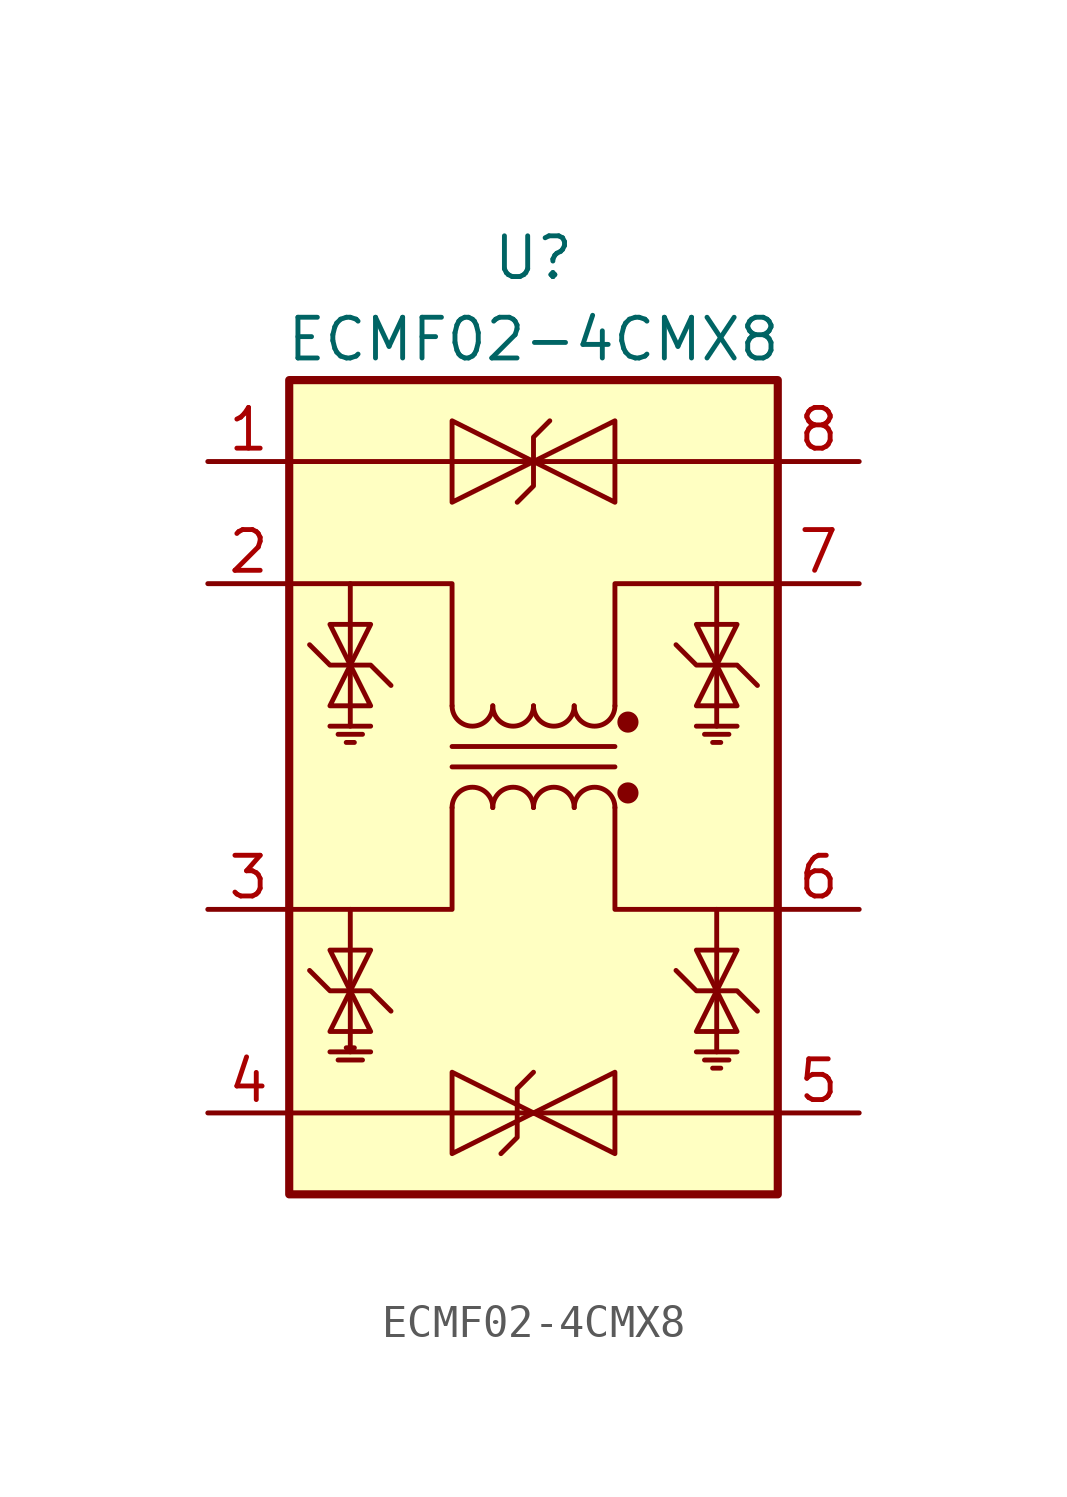
<source format=kicad_sym>
(kicad_symbol_lib
  (version 20211014)
  (generator kicad_symbol_editor)
  (symbol "ECMF02-4CMX8"
    (pin_names
      (offset 0.025) hide)
    (property "Reference" "U"
      (at 0 16.51 0)
      (effects (font (size 1.27 1.27))))
    (property "Value" "ECMF02-4CMX8"
      (at 0 13.97 0)
      (effects (font (size 1.27 1.27))))
    (symbol "ECMF02-4CMX8_0_1"
      (rectangle (start -7.62 12.7) (end 7.62 -12.7) (stroke (width 0.254) (type default) (color 0 0 0 0)) (fill (type background)))
      (arc (start -1.27 -0.635) (mid -1.905 0) (end -2.54 -0.635) (stroke (width 0) (type default) (color 0 0 0 0)) (fill (type none)))
      (arc (start 0 -0.635) (mid -0.635 0) (end -1.27 -0.635) (stroke (width 0) (type default) (color 0 0 0 0)) (fill (type none)))
      (polyline (pts (xy -6.35 -8.255) (xy -5.08 -8.255)) (stroke (width 0) (type default) (color 0 0 0 0)) (fill (type none)))
      (polyline (pts (xy -6.35 1.905) (xy -5.08 1.905)) (stroke (width 0) (type default) (color 0 0 0 0)) (fill (type none)))
      (polyline (pts (xy -6.096 -8.509) (xy -5.334 -8.509)) (stroke (width 0) (type default) (color 0 0 0 0)) (fill (type none)))
      (polyline (pts (xy -6.096 1.651) (xy -5.334 1.651)) (stroke (width 0) (type default) (color 0 0 0 0)) (fill (type none)))
      (polyline (pts (xy -5.842 -8.128) (xy -5.588 -8.128)) (stroke (width 0) (type default) (color 0 0 0 0)) (fill (type none)))
      (polyline (pts (xy -5.842 1.397) (xy -5.588 1.397)) (stroke (width 0) (type default) (color 0 0 0 0)) (fill (type none)))
      (polyline (pts (xy -2.54 0.635) (xy 2.54 0.635)) (stroke (width 0) (type default) (color 0 0 0 0)) (fill (type none)))
      (polyline (pts (xy 2.54 1.27) (xy -2.54 1.27)) (stroke (width 0) (type default) (color 0 0 0 0)) (fill (type none)))
      (polyline (pts (xy 5.08 -8.255) (xy 6.35 -8.255)) (stroke (width 0) (type default) (color 0 0 0 0)) (fill (type none)))
      (polyline (pts (xy 5.08 1.905) (xy 6.35 1.905)) (stroke (width 0) (type default) (color 0 0 0 0)) (fill (type none)))
      (polyline (pts (xy 5.334 -8.509) (xy 6.096 -8.509)) (stroke (width 0) (type default) (color 0 0 0 0)) (fill (type none)))
      (polyline (pts (xy 5.334 1.651) (xy 6.096 1.651)) (stroke (width 0) (type default) (color 0 0 0 0)) (fill (type none)))
      (polyline (pts (xy 5.588 -8.763) (xy 5.842 -8.763)) (stroke (width 0) (type default) (color 0 0 0 0)) (fill (type none)))
      (polyline (pts (xy 5.588 1.397) (xy 5.842 1.397)) (stroke (width 0) (type default) (color 0 0 0 0)) (fill (type none)))
      (polyline (pts (xy -2.54 -0.635) (xy -2.54 -3.81) (xy -7.62 -3.81)) (stroke (width 0) (type default) (color 0 0 0 0)) (fill (type none)))
      (polyline (pts (xy -2.54 2.54) (xy -2.54 6.35) (xy -7.62 6.35)) (stroke (width 0) (type default) (color 0 0 0 0)) (fill (type none)))
      (polyline (pts (xy 2.54 -0.635) (xy 2.54 -3.81) (xy 7.62 -3.81)) (stroke (width 0) (type default) (color 0 0 0 0)) (fill (type none)))
      (polyline (pts (xy 2.54 2.54) (xy 2.54 6.35) (xy 7.62 6.35)) (stroke (width 0) (type default) (color 0 0 0 0)) (fill (type none)))
      (arc (start 1.27 -0.635) (mid 0.635 0) (end 0 -0.635) (stroke (width 0) (type default) (color 0 0 0 0)) (fill (type none)))
      (arc (start 2.54 -0.635) (mid 1.905 0) (end 1.27 -0.635) (stroke (width 0) (type default) (color 0 0 0 0)) (fill (type none))))
    (symbol "ECMF02-4CMX8_1_1"
      (arc (start -2.54 2.54) (mid -1.905 1.905) (end -1.27 2.54) (stroke (width 0) (type default) (color 0 0 0 0)) (fill (type none)))
      (arc (start -1.27 2.54) (mid -0.635 1.905) (end 0 2.54) (stroke (width 0) (type default) (color 0 0 0 0)) (fill (type none)))
      (polyline (pts (xy -5.715 -6.35) (xy -5.715 -8.255)) (stroke (width 0) (type default) (color 0 0 0 0)) (fill (type none)))
      (polyline (pts (xy -5.715 -6.35) (xy -5.715 -3.81)) (stroke (width 0) (type default) (color 0 0 0 0)) (fill (type none)))
      (polyline (pts (xy -5.715 3.81) (xy -5.715 1.905)) (stroke (width 0) (type default) (color 0 0 0 0)) (fill (type none)))
      (polyline (pts (xy -5.715 3.81) (xy -5.715 6.35)) (stroke (width 0) (type default) (color 0 0 0 0)) (fill (type none)))
      (polyline (pts (xy 0 -10.16) (xy -7.62 -10.16)) (stroke (width 0) (type default) (color 0 0 0 0)) (fill (type none)))
      (polyline (pts (xy 0 -10.16) (xy 7.62 -10.16)) (stroke (width 0) (type default) (color 0 0 0 0)) (fill (type none)))
      (polyline (pts (xy 0 10.16) (xy -7.62 10.16)) (stroke (width 0) (type default) (color 0 0 0 0)) (fill (type none)))
      (polyline (pts (xy 0 10.16) (xy 7.62 10.16)) (stroke (width 0) (type default) (color 0 0 0 0)) (fill (type none)))
      (polyline (pts (xy 5.715 -6.35) (xy 5.715 -8.255)) (stroke (width 0) (type default) (color 0 0 0 0)) (fill (type none)))
      (polyline (pts (xy 5.715 -6.35) (xy 5.715 -3.81)) (stroke (width 0) (type default) (color 0 0 0 0)) (fill (type none)))
      (polyline (pts (xy 5.715 3.81) (xy 5.715 1.905)) (stroke (width 0) (type default) (color 0 0 0 0)) (fill (type none)))
      (polyline (pts (xy 5.715 3.81) (xy 5.715 6.35)) (stroke (width 0) (type default) (color 0 0 0 0)) (fill (type none)))
      (polyline (pts (xy -6.35 -7.62) (xy -5.08 -7.62) (xy -5.715 -6.35) (xy -6.35 -7.62)) (stroke (width 0) (type default) (color 0 0 0 0)) (fill (type none)))
      (polyline (pts (xy -6.35 2.54) (xy -5.08 2.54) (xy -5.715 3.81) (xy -6.35 2.54)) (stroke (width 0) (type default) (color 0 0 0 0)) (fill (type none)))
      (polyline (pts (xy -5.08 -5.08) (xy -6.35 -5.08) (xy -5.715 -6.35) (xy -5.08 -5.08)) (stroke (width 0) (type default) (color 0 0 0 0)) (fill (type none)))
      (polyline (pts (xy -5.08 5.08) (xy -6.35 5.08) (xy -5.715 3.81) (xy -5.08 5.08)) (stroke (width 0) (type default) (color 0 0 0 0)) (fill (type none)))
      (polyline (pts (xy -4.445 -6.985) (xy -5.08 -6.35) (xy -6.35 -6.35) (xy -6.985 -5.715)) (stroke (width 0) (type default) (color 0 0 0 0)) (fill (type none)))
      (polyline (pts (xy -4.445 3.175) (xy -5.08 3.81) (xy -6.35 3.81) (xy -6.985 4.445)) (stroke (width 0) (type default) (color 0 0 0 0)) (fill (type none)))
      (polyline (pts (xy -2.54 -8.89) (xy -2.54 -11.43) (xy 0 -10.16) (xy -2.54 -8.89)) (stroke (width 0) (type default) (color 0 0 0 0)) (fill (type none)))
      (polyline (pts (xy -2.54 11.43) (xy -2.54 8.89) (xy 0 10.16) (xy -2.54 11.43)) (stroke (width 0) (type default) (color 0 0 0 0)) (fill (type none)))
      (polyline (pts (xy 0 -8.89) (xy -0.508 -9.398) (xy -0.508 -10.922) (xy -1.016 -11.43)) (stroke (width 0) (type default) (color 0 0 0 0)) (fill (type none)))
      (polyline (pts (xy 0.508 11.43) (xy 0 10.922) (xy 0 9.398) (xy -0.508 8.89)) (stroke (width 0) (type default) (color 0 0 0 0)) (fill (type none)))
      (polyline (pts (xy 2.54 -11.43) (xy 2.54 -8.89) (xy 0 -10.16) (xy 2.54 -11.43)) (stroke (width 0) (type default) (color 0 0 0 0)) (fill (type none)))
      (polyline (pts (xy 2.54 8.89) (xy 2.54 11.43) (xy 0 10.16) (xy 2.54 8.89)) (stroke (width 0) (type default) (color 0 0 0 0)) (fill (type none)))
      (polyline (pts (xy 5.08 -7.62) (xy 6.35 -7.62) (xy 5.715 -6.35) (xy 5.08 -7.62)) (stroke (width 0) (type default) (color 0 0 0 0)) (fill (type none)))
      (polyline (pts (xy 5.08 2.54) (xy 6.35 2.54) (xy 5.715 3.81) (xy 5.08 2.54)) (stroke (width 0) (type default) (color 0 0 0 0)) (fill (type none)))
      (polyline (pts (xy 6.35 -5.08) (xy 5.08 -5.08) (xy 5.715 -6.35) (xy 6.35 -5.08)) (stroke (width 0) (type default) (color 0 0 0 0)) (fill (type none)))
      (polyline (pts (xy 6.35 5.08) (xy 5.08 5.08) (xy 5.715 3.81) (xy 6.35 5.08)) (stroke (width 0) (type default) (color 0 0 0 0)) (fill (type none)))
      (polyline (pts (xy 6.985 -6.985) (xy 6.35 -6.35) (xy 5.08 -6.35) (xy 4.445 -5.715)) (stroke (width 0) (type default) (color 0 0 0 0)) (fill (type none)))
      (polyline (pts (xy 6.985 3.175) (xy 6.35 3.81) (xy 5.08 3.81) (xy 4.445 4.445)) (stroke (width 0) (type default) (color 0 0 0 0)) (fill (type none)))
      (arc (start 0 2.54) (mid 0.635 1.905) (end 1.27 2.54) (stroke (width 0) (type default) (color 0 0 0 0)) (fill (type none)))
      (arc (start 1.27 2.54) (mid 1.905 1.905) (end 2.54 2.54) (stroke (width 0) (type default) (color 0 0 0 0)) (fill (type none)))
      (circle (center 2.946 -0.178) (radius 0.254) (stroke (width 0) (type default) (color 0 0 0 0)) (fill (type outline)))
      (circle (center 2.946 2.032) (radius 0.254) (stroke (width 0) (type default) (color 0 0 0 0)) (fill (type outline)))
      (pin power_in line (at -10.16 10.16 0) (length 2.54) (name "VDD" (effects (font (size 1.27 1.27)))) (number "1" (effects (font (size 1.27 1.27)))))
      (pin passive line (at -10.16 6.35 0) (length 2.54) (name "D-_1" (effects (font (size 1.27 1.27)))) (number "2" (effects (font (size 1.27 1.27)))))
      (pin passive line (at -10.16 -3.81 0) (length 2.54) (name "D+_1" (effects (font (size 1.27 1.27)))) (number "3" (effects (font (size 1.27 1.27)))))
      (pin passive line (at -10.16 -10.16 0) (length 2.54) (name "ID" (effects (font (size 1.27 1.27)))) (number "4" (effects (font (size 1.27 1.27)))))
      (pin power_in line (at 10.16 -10.16 180) (length 2.54) (name "GND_1" (effects (font (size 1.27 1.27)))) (number "5" (effects (font (size 1.27 1.27)))))
      (pin passive line (at 10.16 -3.81 180) (length 2.54) (name "D+_2" (effects (font (size 1.27 1.27)))) (number "6" (effects (font (size 1.27 1.27)))))
      (pin passive line (at 10.16 6.35 180) (length 2.54) (name "D-_2" (effects (font (size 1.27 1.27)))) (number "7" (effects (font (size 1.27 1.27)))))
      (pin power_in line (at 10.16 10.16 180) (length 2.54) (name "GND_2" (effects (font (size 1.27 1.27)))) (number "8" (effects (font (size 1.27 1.27))))))))
</source>
